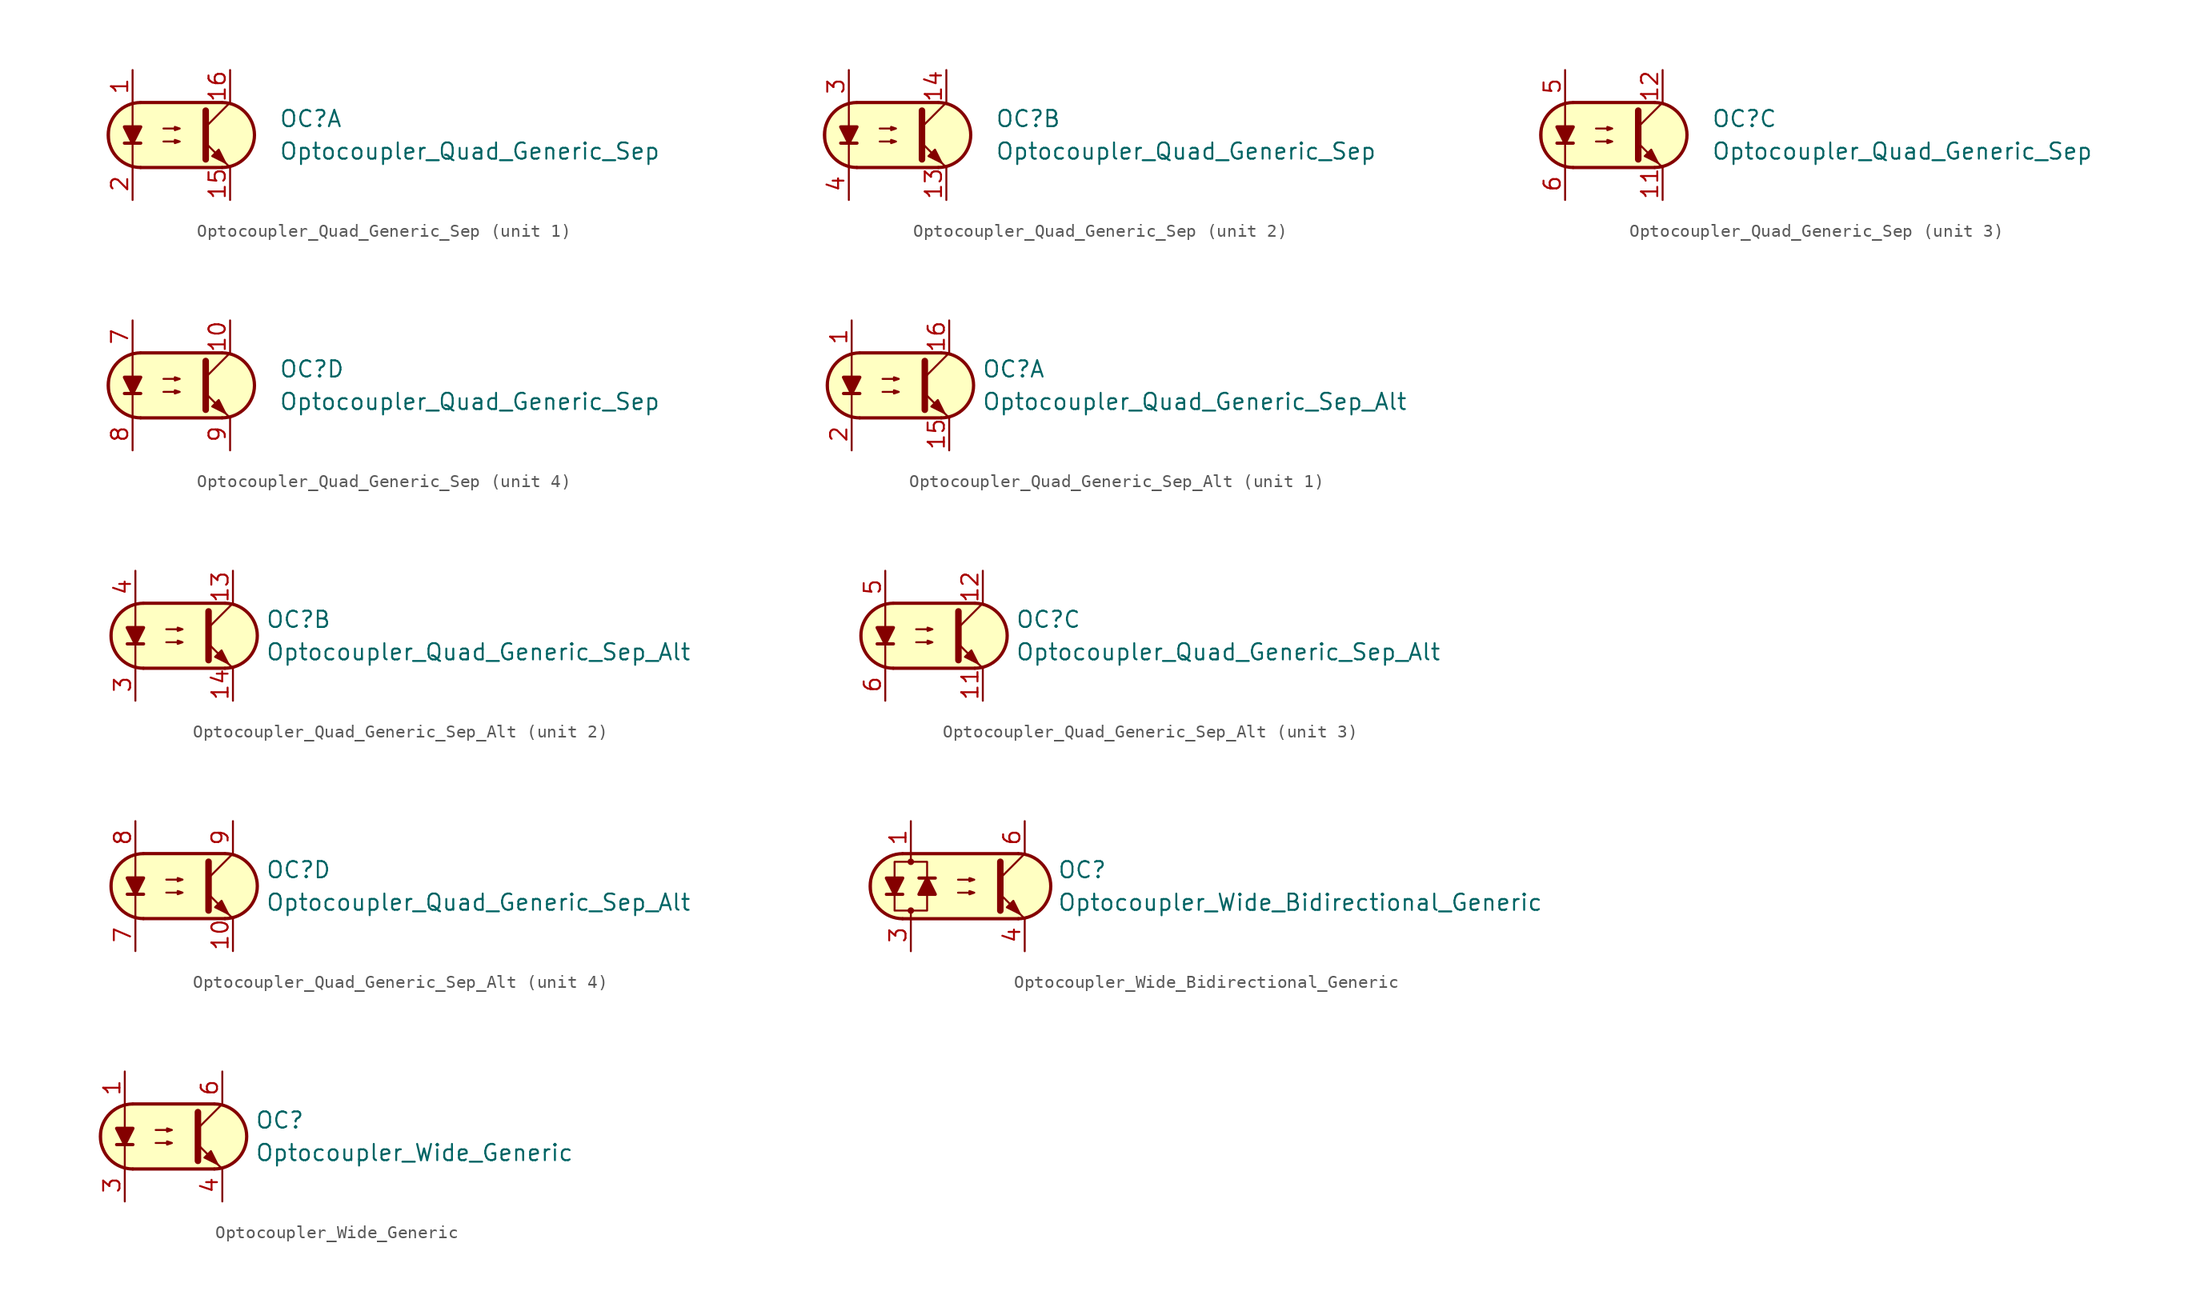
<source format=kicad_sym>
(kicad_symbol_lib
  (version 20231120)
  (generator "kicad_symbol_editor")
  (generator_version "8.0")
  (symbol "Optocoupler_Quad_Generic_Sep"
    (pin_names
      (offset 1.016))
    (property "Reference" "OC"
      (at 7.62 1.27 0)
      (effects (font (size 1.27 1.27)) (justify left)))
    (property "Value" "Optocoupler_Quad_Generic_Sep"
      (at 7.62 -1.27 0)
      (effects (font (size 1.27 1.27)) (justify left)))
    (property "ki_locked" ""
      (at 0 0 0)
      (effects (font (size 1.27 1.27))))
    (symbol "Optocoupler_Quad_Generic_Sep_0_1"
      (arc (start -3.1975 2.54) (mid -5.7151 0) (end -3.1975 -2.54) (stroke (width 0.254) (type default)) (fill (type none)))
      (polyline (pts (xy -4.445 -0.635) (xy -3.175 -0.635)) (stroke (width 0.254) (type default)) (fill (type none)))
      (polyline (pts (xy -3.175 2.54) (xy 3.175 2.54)) (stroke (width 0.254) (type default)) (fill (type none)))
      (polyline (pts (xy 1.905 0.635) (xy 3.81 2.54)) (stroke (width 0) (type default)) (fill (type none)))
      (polyline (pts (xy 3.175 -2.54) (xy -3.175 -2.54)) (stroke (width 0.254) (type default)) (fill (type none)))
      (polyline (pts (xy 3.81 -2.54) (xy 1.905 -0.635)) (stroke (width 0) (type default)) (fill (type outline)))
      (polyline (pts (xy -3.81 -2.54) (xy -3.81 -1.27) (xy -3.81 2.54)) (stroke (width 0.152) (type default)) (fill (type none)))
      (polyline (pts (xy 1.905 1.905) (xy 1.905 -1.905) (xy 1.905 -1.905)) (stroke (width 0.508) (type default)) (fill (type none)))
      (polyline (pts (xy -3.81 -0.635) (xy -4.445 0.635) (xy -3.175 0.635) (xy -3.81 -0.635)) (stroke (width 0.254) (type default)) (fill (type outline)))
      (polyline (pts (xy -1.397 -0.508) (xy -0.127 -0.508) (xy -0.508 -0.635) (xy -0.508 -0.381) (xy -0.127 -0.508)) (stroke (width 0) (type default)) (fill (type none)))
      (polyline (pts (xy -1.397 0.508) (xy -0.127 0.508) (xy -0.508 0.381) (xy -0.508 0.635) (xy -0.127 0.508)) (stroke (width 0) (type default)) (fill (type none)))
      (polyline (pts (xy 2.413 -1.651) (xy 2.921 -1.143) (xy 3.429 -2.159) (xy 2.413 -1.651) (xy 2.413 -1.651)) (stroke (width 0) (type default)) (fill (type outline)))
      (polyline (pts (xy -2.54 2.54) (xy 3.429 2.54) (xy 4.318 2.286) (xy 4.699 2.032) (xy 5.08 1.651) (xy 5.461 1.016) (xy 5.715 0.381) (xy 5.715 -0.381) (xy 5.461 -1.143) (xy 4.826 -1.905) (xy 4.191 -2.286) (xy 3.302 -2.54) (xy -3.81 -2.54) (xy -3.81 -2.54) (xy -4.572 -2.032) (xy -5.08 -1.778) (xy -5.588 -0.508) (xy -5.588 0.254) (xy -5.588 1.016) (xy -5.08 1.778) (xy -4.318 2.286) (xy -3.556 2.54) (xy -2.54 2.54)) (stroke (width 0.01) (type default)) (fill (type background)))
      (arc (start 3.1975 -2.54) (mid 5.7151 0) (end 3.1975 2.54) (stroke (width 0.254) (type default)) (fill (type none))))
    (symbol "Optocoupler_Quad_Generic_Sep_1_1"
      (pin passive line (at -3.81 5.08 270) (length 2.54) (name "~" (effects (font (size 1.27 1.27)))) (number "1" (effects (font (size 1.27 1.27)))))
      (pin passive line (at 3.81 -5.08 90) (length 2.54) (name "~" (effects (font (size 1.27 1.27)))) (number "15" (effects (font (size 1.27 1.27)))))
      (pin passive line (at 3.81 5.08 270) (length 2.54) (name "~" (effects (font (size 1.27 1.27)))) (number "16" (effects (font (size 1.27 1.27)))))
      (pin passive line (at -3.81 -5.08 90) (length 2.54) (name "~" (effects (font (size 1.27 1.27)))) (number "2" (effects (font (size 1.27 1.27))))))
    (symbol "Optocoupler_Quad_Generic_Sep_2_1"
      (pin passive line (at 3.81 -5.08 90) (length 2.54) (name "~" (effects (font (size 1.27 1.27)))) (number "13" (effects (font (size 1.27 1.27)))))
      (pin passive line (at 3.81 5.08 270) (length 2.54) (name "~" (effects (font (size 1.27 1.27)))) (number "14" (effects (font (size 1.27 1.27)))))
      (pin passive line (at -3.81 5.08 270) (length 2.54) (name "~" (effects (font (size 1.27 1.27)))) (number "3" (effects (font (size 1.27 1.27)))))
      (pin passive line (at -3.81 -5.08 90) (length 2.54) (name "~" (effects (font (size 1.27 1.27)))) (number "4" (effects (font (size 1.27 1.27))))))
    (symbol "Optocoupler_Quad_Generic_Sep_3_1"
      (pin passive line (at 3.81 -5.08 90) (length 2.54) (name "~" (effects (font (size 1.27 1.27)))) (number "11" (effects (font (size 1.27 1.27)))))
      (pin passive line (at 3.81 5.08 270) (length 2.54) (name "~" (effects (font (size 1.27 1.27)))) (number "12" (effects (font (size 1.27 1.27)))))
      (pin passive line (at -3.81 5.08 270) (length 2.54) (name "~" (effects (font (size 1.27 1.27)))) (number "5" (effects (font (size 1.27 1.27)))))
      (pin passive line (at -3.81 -5.08 90) (length 2.54) (name "~" (effects (font (size 1.27 1.27)))) (number "6" (effects (font (size 1.27 1.27))))))
    (symbol "Optocoupler_Quad_Generic_Sep_4_1"
      (pin passive line (at 3.81 5.08 270) (length 2.54) (name "~" (effects (font (size 1.27 1.27)))) (number "10" (effects (font (size 1.27 1.27)))))
      (pin passive line (at -3.81 5.08 270) (length 2.54) (name "~" (effects (font (size 1.27 1.27)))) (number "7" (effects (font (size 1.27 1.27)))))
      (pin passive line (at -3.81 -5.08 90) (length 2.54) (name "~" (effects (font (size 1.27 1.27)))) (number "8" (effects (font (size 1.27 1.27)))))
      (pin passive line (at 3.81 -5.08 90) (length 2.54) (name "~" (effects (font (size 1.27 1.27)))) (number "9" (effects (font (size 1.27 1.27)))))))
  (symbol "Optocoupler_Quad_Generic_Sep_Alt"
    (pin_names
      (offset 1.016))
    (property "Reference" "OC"
      (at 6.35 1.27 0)
      (effects (font (size 1.27 1.27)) (justify left)))
    (property "Value" "Optocoupler_Quad_Generic_Sep_Alt"
      (at 6.35 -1.27 0)
      (effects (font (size 1.27 1.27)) (justify left)))
    (property "ki_locked" ""
      (at 0 0 0)
      (effects (font (size 1.27 1.27))))
    (symbol "Optocoupler_Quad_Generic_Sep_Alt_0_1"
      (arc (start -3.1975 2.54) (mid -5.7151 0) (end -3.1975 -2.54) (stroke (width 0.254) (type default)) (fill (type none)))
      (polyline (pts (xy -4.445 -0.635) (xy -3.175 -0.635)) (stroke (width 0.254) (type default)) (fill (type none)))
      (polyline (pts (xy -3.175 2.54) (xy 3.175 2.54)) (stroke (width 0.254) (type default)) (fill (type none)))
      (polyline (pts (xy 1.905 0.635) (xy 3.81 2.54)) (stroke (width 0) (type default)) (fill (type none)))
      (polyline (pts (xy 3.175 -2.54) (xy -3.175 -2.54)) (stroke (width 0.254) (type default)) (fill (type none)))
      (polyline (pts (xy 3.81 -2.54) (xy 1.905 -0.635)) (stroke (width 0) (type default)) (fill (type outline)))
      (polyline (pts (xy -3.81 -2.54) (xy -3.81 -1.27) (xy -3.81 2.54)) (stroke (width 0.152) (type default)) (fill (type none)))
      (polyline (pts (xy 1.905 1.905) (xy 1.905 -1.905) (xy 1.905 -1.905)) (stroke (width 0.508) (type default)) (fill (type none)))
      (polyline (pts (xy -3.81 -0.635) (xy -4.445 0.635) (xy -3.175 0.635) (xy -3.81 -0.635)) (stroke (width 0.254) (type default)) (fill (type outline)))
      (polyline (pts (xy -1.397 -0.508) (xy -0.127 -0.508) (xy -0.508 -0.635) (xy -0.508 -0.381) (xy -0.127 -0.508)) (stroke (width 0) (type default)) (fill (type none)))
      (polyline (pts (xy -1.397 0.508) (xy -0.127 0.508) (xy -0.508 0.381) (xy -0.508 0.635) (xy -0.127 0.508)) (stroke (width 0) (type default)) (fill (type none)))
      (polyline (pts (xy 2.413 -1.651) (xy 2.921 -1.143) (xy 3.429 -2.159) (xy 2.413 -1.651) (xy 2.413 -1.651)) (stroke (width 0) (type default)) (fill (type outline)))
      (polyline (pts (xy -2.54 2.54) (xy 3.429 2.54) (xy 4.318 2.286) (xy 4.699 2.032) (xy 5.08 1.651) (xy 5.461 1.016) (xy 5.715 0.381) (xy 5.715 -0.381) (xy 5.461 -1.143) (xy 4.826 -1.905) (xy 4.191 -2.286) (xy 3.302 -2.54) (xy -3.81 -2.54) (xy -3.81 -2.54) (xy -4.572 -2.032) (xy -5.08 -1.778) (xy -5.588 -0.508) (xy -5.588 0.254) (xy -5.588 1.016) (xy -5.08 1.778) (xy -4.318 2.286) (xy -3.556 2.54) (xy -2.54 2.54)) (stroke (width 0.01) (type default)) (fill (type background)))
      (arc (start 3.1975 -2.54) (mid 5.7151 0) (end 3.1975 2.54) (stroke (width 0.254) (type default)) (fill (type none))))
    (symbol "Optocoupler_Quad_Generic_Sep_Alt_1_1"
      (pin passive line (at -3.81 5.08 270) (length 2.54) (name "~" (effects (font (size 1.27 1.27)))) (number "1" (effects (font (size 1.27 1.27)))))
      (pin passive line (at 3.81 -5.08 90) (length 2.54) (name "~" (effects (font (size 1.27 1.27)))) (number "15" (effects (font (size 1.27 1.27)))))
      (pin passive line (at 3.81 5.08 270) (length 2.54) (name "~" (effects (font (size 1.27 1.27)))) (number "16" (effects (font (size 1.27 1.27)))))
      (pin passive line (at -3.81 -5.08 90) (length 2.54) (name "~" (effects (font (size 1.27 1.27)))) (number "2" (effects (font (size 1.27 1.27))))))
    (symbol "Optocoupler_Quad_Generic_Sep_Alt_2_1"
      (pin passive line (at 3.81 5.08 270) (length 2.54) (name "~" (effects (font (size 1.27 1.27)))) (number "13" (effects (font (size 1.27 1.27)))))
      (pin passive line (at 3.81 -5.08 90) (length 2.54) (name "~" (effects (font (size 1.27 1.27)))) (number "14" (effects (font (size 1.27 1.27)))))
      (pin passive line (at -3.81 -5.08 90) (length 2.54) (name "~" (effects (font (size 1.27 1.27)))) (number "3" (effects (font (size 1.27 1.27)))))
      (pin passive line (at -3.81 5.08 270) (length 2.54) (name "~" (effects (font (size 1.27 1.27)))) (number "4" (effects (font (size 1.27 1.27))))))
    (symbol "Optocoupler_Quad_Generic_Sep_Alt_3_1"
      (pin passive line (at 3.81 -5.08 90) (length 2.54) (name "~" (effects (font (size 1.27 1.27)))) (number "11" (effects (font (size 1.27 1.27)))))
      (pin passive line (at 3.81 5.08 270) (length 2.54) (name "~" (effects (font (size 1.27 1.27)))) (number "12" (effects (font (size 1.27 1.27)))))
      (pin passive line (at -3.81 5.08 270) (length 2.54) (name "~" (effects (font (size 1.27 1.27)))) (number "5" (effects (font (size 1.27 1.27)))))
      (pin passive line (at -3.81 -5.08 90) (length 2.54) (name "~" (effects (font (size 1.27 1.27)))) (number "6" (effects (font (size 1.27 1.27))))))
    (symbol "Optocoupler_Quad_Generic_Sep_Alt_4_1"
      (pin passive line (at 3.81 -5.08 90) (length 2.54) (name "~" (effects (font (size 1.27 1.27)))) (number "10" (effects (font (size 1.27 1.27)))))
      (pin passive line (at -3.81 -5.08 90) (length 2.54) (name "~" (effects (font (size 1.27 1.27)))) (number "7" (effects (font (size 1.27 1.27)))))
      (pin passive line (at -3.81 5.08 270) (length 2.54) (name "~" (effects (font (size 1.27 1.27)))) (number "8" (effects (font (size 1.27 1.27)))))
      (pin passive line (at 3.81 5.08 270) (length 2.54) (name "~" (effects (font (size 1.27 1.27)))) (number "9" (effects (font (size 1.27 1.27)))))))
  (symbol "Optocoupler_Wide_Bidirectional_Generic"
    (pin_names
      (offset 1.016))
    (property "Reference" "OC"
      (at 7.62 1.27 0)
      (effects (font (size 1.27 1.27)) (justify left)))
    (property "Value" "Optocoupler_Wide_Bidirectional_Generic"
      (at 7.62 -1.27 0)
      (effects (font (size 1.27 1.27)) (justify left)))
    (symbol "Optocoupler_Wide_Bidirectional_Generic_0_1"
      (arc (start -4.4675 2.54) (mid -6.9851 0) (end -4.4675 -2.54) (stroke (width 0.254) (type default)) (fill (type none)))
      (circle (center -3.81 -1.905) (radius 0.178) (stroke (width 0) (type default)) (fill (type outline)))
      (circle (center -3.81 1.905) (radius 0.178) (stroke (width 0) (type default)) (fill (type outline)))
      (polyline (pts (xy -5.715 -0.635) (xy -4.445 -0.635)) (stroke (width 0.254) (type default)) (fill (type none)))
      (polyline (pts (xy -4.445 2.54) (xy 4.572 2.54)) (stroke (width 0.254) (type default)) (fill (type none)))
      (polyline (pts (xy -3.81 1.905) (xy -3.81 2.54)) (stroke (width 0.152) (type default)) (fill (type none)))
      (polyline (pts (xy -1.905 0.635) (xy -3.175 0.635)) (stroke (width 0.254) (type default)) (fill (type none)))
      (polyline (pts (xy 3.175 0.635) (xy 5.08 2.54)) (stroke (width 0) (type default)) (fill (type none)))
      (polyline (pts (xy 4.572 -2.54) (xy -4.445 -2.54)) (stroke (width 0.254) (type default)) (fill (type none)))
      (polyline (pts (xy 5.08 -2.54) (xy 3.175 -0.635)) (stroke (width 0) (type default)) (fill (type outline)))
      (polyline (pts (xy 3.175 1.905) (xy 3.175 -1.905) (xy 3.175 -1.905)) (stroke (width 0.508) (type default)) (fill (type none)))
      (polyline (pts (xy -5.08 -0.635) (xy -5.715 0.635) (xy -4.445 0.635) (xy -5.08 -0.635)) (stroke (width 0.254) (type default)) (fill (type outline)))
      (polyline (pts (xy -2.54 0.635) (xy -1.905 -0.635) (xy -3.175 -0.635) (xy -2.54 0.635)) (stroke (width 0.254) (type default)) (fill (type outline)))
      (polyline (pts (xy -0.127 -0.508) (xy 1.143 -0.508) (xy 0.762 -0.635) (xy 0.762 -0.381) (xy 1.143 -0.508)) (stroke (width 0) (type default)) (fill (type none)))
      (polyline (pts (xy -0.127 0.508) (xy 1.143 0.508) (xy 0.762 0.381) (xy 0.762 0.635) (xy 1.143 0.508)) (stroke (width 0) (type default)) (fill (type none)))
      (polyline (pts (xy 3.683 -1.651) (xy 4.191 -1.143) (xy 4.699 -2.159) (xy 3.683 -1.651) (xy 3.683 -1.651)) (stroke (width 0) (type default)) (fill (type outline)))
      (polyline (pts (xy -3.81 -2.54) (xy -3.81 -1.905) (xy -5.08 -1.905) (xy -5.08 1.905) (xy -2.54 1.905) (xy -2.54 -1.905) (xy -3.81 -1.905)) (stroke (width 0.152) (type default)) (fill (type none)))
      (polyline (pts (xy -3.81 2.54) (xy 4.826 2.54) (xy 5.334 2.413) (xy 5.969 2.159) (xy 6.604 1.524) (xy 6.985 0.762) (xy 7.112 0) (xy 6.985 -0.889) (xy 6.477 -1.651) (xy 5.969 -2.159) (xy 5.334 -2.413) (xy 4.699 -2.54) (xy -5.08 -2.54) (xy -5.08 -2.54) (xy -5.842 -2.032) (xy -6.35 -1.778) (xy -6.858 -0.508) (xy -6.858 0.254) (xy -6.858 1.016) (xy -6.35 1.778) (xy -5.588 2.286) (xy -4.826 2.54) (xy -3.81 2.54)) (stroke (width 0.01) (type default)) (fill (type background)))
      (arc (start 4.5945 -2.54) (mid 7.1121 0) (end 4.5945 2.54) (stroke (width 0.254) (type default)) (fill (type none))))
    (symbol "Optocoupler_Wide_Bidirectional_Generic_1_1"
      (pin passive line (at -3.81 5.08 270) (length 2.54) (name "~" (effects (font (size 1.27 1.27)))) (number "1" (effects (font (size 1.27 1.27)))))
      (pin free line (at -1.27 1.27 0) (length 2.54) hide (name "NC" (effects (font (size 1.27 1.27)))) (number "2" (effects (font (size 1.27 1.27)))))
      (pin passive line (at -3.81 -5.08 90) (length 2.54) (name "~" (effects (font (size 1.27 1.27)))) (number "3" (effects (font (size 1.27 1.27)))))
      (pin passive line (at 5.08 -5.08 90) (length 2.54) (name "~" (effects (font (size 1.27 1.27)))) (number "4" (effects (font (size 1.27 1.27)))))
      (pin free line (at -1.27 -1.27 0) (length 2.54) hide (name "NC" (effects (font (size 1.27 1.27)))) (number "5" (effects (font (size 1.27 1.27)))))
      (pin passive line (at 5.08 5.08 270) (length 2.54) (name "~" (effects (font (size 1.27 1.27)))) (number "6" (effects (font (size 1.27 1.27)))))))
  (symbol "Optocoupler_Wide_Generic"
    (pin_names
      (offset 1.016))
    (property "Reference" "OC"
      (at 6.35 1.27 0)
      (effects (font (size 1.27 1.27)) (justify left)))
    (property "Value" "Optocoupler_Wide_Generic"
      (at 6.35 -1.27 0)
      (effects (font (size 1.27 1.27)) (justify left)))
    (symbol "Optocoupler_Wide_Generic_0_1"
      (arc (start -3.1975 2.54) (mid -5.7151 0) (end -3.1975 -2.54) (stroke (width 0.254) (type default)) (fill (type none)))
      (polyline (pts (xy -4.445 -0.635) (xy -3.175 -0.635)) (stroke (width 0.254) (type default)) (fill (type none)))
      (polyline (pts (xy -3.175 2.54) (xy 3.175 2.54)) (stroke (width 0.254) (type default)) (fill (type none)))
      (polyline (pts (xy 1.905 0.635) (xy 3.81 2.54)) (stroke (width 0) (type default)) (fill (type none)))
      (polyline (pts (xy 3.175 -2.54) (xy -3.175 -2.54)) (stroke (width 0.254) (type default)) (fill (type none)))
      (polyline (pts (xy 3.81 -2.54) (xy 1.905 -0.635)) (stroke (width 0) (type default)) (fill (type outline)))
      (polyline (pts (xy -3.81 -2.54) (xy -3.81 -1.27) (xy -3.81 2.54)) (stroke (width 0.152) (type default)) (fill (type none)))
      (polyline (pts (xy 1.905 1.905) (xy 1.905 -1.905) (xy 1.905 -1.905)) (stroke (width 0.508) (type default)) (fill (type none)))
      (polyline (pts (xy -3.81 -0.635) (xy -4.445 0.635) (xy -3.175 0.635) (xy -3.81 -0.635)) (stroke (width 0.254) (type default)) (fill (type outline)))
      (polyline (pts (xy -1.397 -0.508) (xy -0.127 -0.508) (xy -0.508 -0.635) (xy -0.508 -0.381) (xy -0.127 -0.508)) (stroke (width 0) (type default)) (fill (type none)))
      (polyline (pts (xy -1.397 0.508) (xy -0.127 0.508) (xy -0.508 0.381) (xy -0.508 0.635) (xy -0.127 0.508)) (stroke (width 0) (type default)) (fill (type none)))
      (polyline (pts (xy 2.413 -1.651) (xy 2.921 -1.143) (xy 3.429 -2.159) (xy 2.413 -1.651) (xy 2.413 -1.651)) (stroke (width 0) (type default)) (fill (type outline)))
      (polyline (pts (xy -2.54 2.54) (xy 3.429 2.54) (xy 4.318 2.286) (xy 4.699 2.032) (xy 5.08 1.651) (xy 5.461 1.016) (xy 5.715 0.381) (xy 5.715 -0.381) (xy 5.461 -1.143) (xy 4.826 -1.905) (xy 4.191 -2.286) (xy 3.302 -2.54) (xy -3.81 -2.54) (xy -3.81 -2.54) (xy -4.572 -2.032) (xy -5.08 -1.778) (xy -5.588 -0.508) (xy -5.588 0.254) (xy -5.588 1.016) (xy -5.08 1.778) (xy -4.318 2.286) (xy -3.556 2.54) (xy -2.54 2.54)) (stroke (width 0.01) (type default)) (fill (type background)))
      (arc (start 3.1975 -2.54) (mid 5.7151 0) (end 3.1975 2.54) (stroke (width 0.254) (type default)) (fill (type none))))
    (symbol "Optocoupler_Wide_Generic_1_1"
      (pin passive line (at -3.81 5.08 270) (length 2.54) (name "~" (effects (font (size 1.27 1.27)))) (number "1" (effects (font (size 1.27 1.27)))))
      (pin free line (at -1.27 1.27 0) (length 2.54) hide (name "NC" (effects (font (size 1.27 1.27)))) (number "2" (effects (font (size 1.27 1.27)))))
      (pin passive line (at -3.81 -5.08 90) (length 2.54) (name "~" (effects (font (size 1.27 1.27)))) (number "3" (effects (font (size 1.27 1.27)))))
      (pin passive line (at 3.81 -5.08 90) (length 2.54) (name "~" (effects (font (size 1.27 1.27)))) (number "4" (effects (font (size 1.27 1.27)))))
      (pin free line (at -1.27 -1.27 0) (length 2.54) hide (name "NC" (effects (font (size 1.27 1.27)))) (number "5" (effects (font (size 1.27 1.27)))))
      (pin passive line (at 3.81 5.08 270) (length 2.54) (name "~" (effects (font (size 1.27 1.27)))) (number "6" (effects (font (size 1.27 1.27))))))))
</source>
